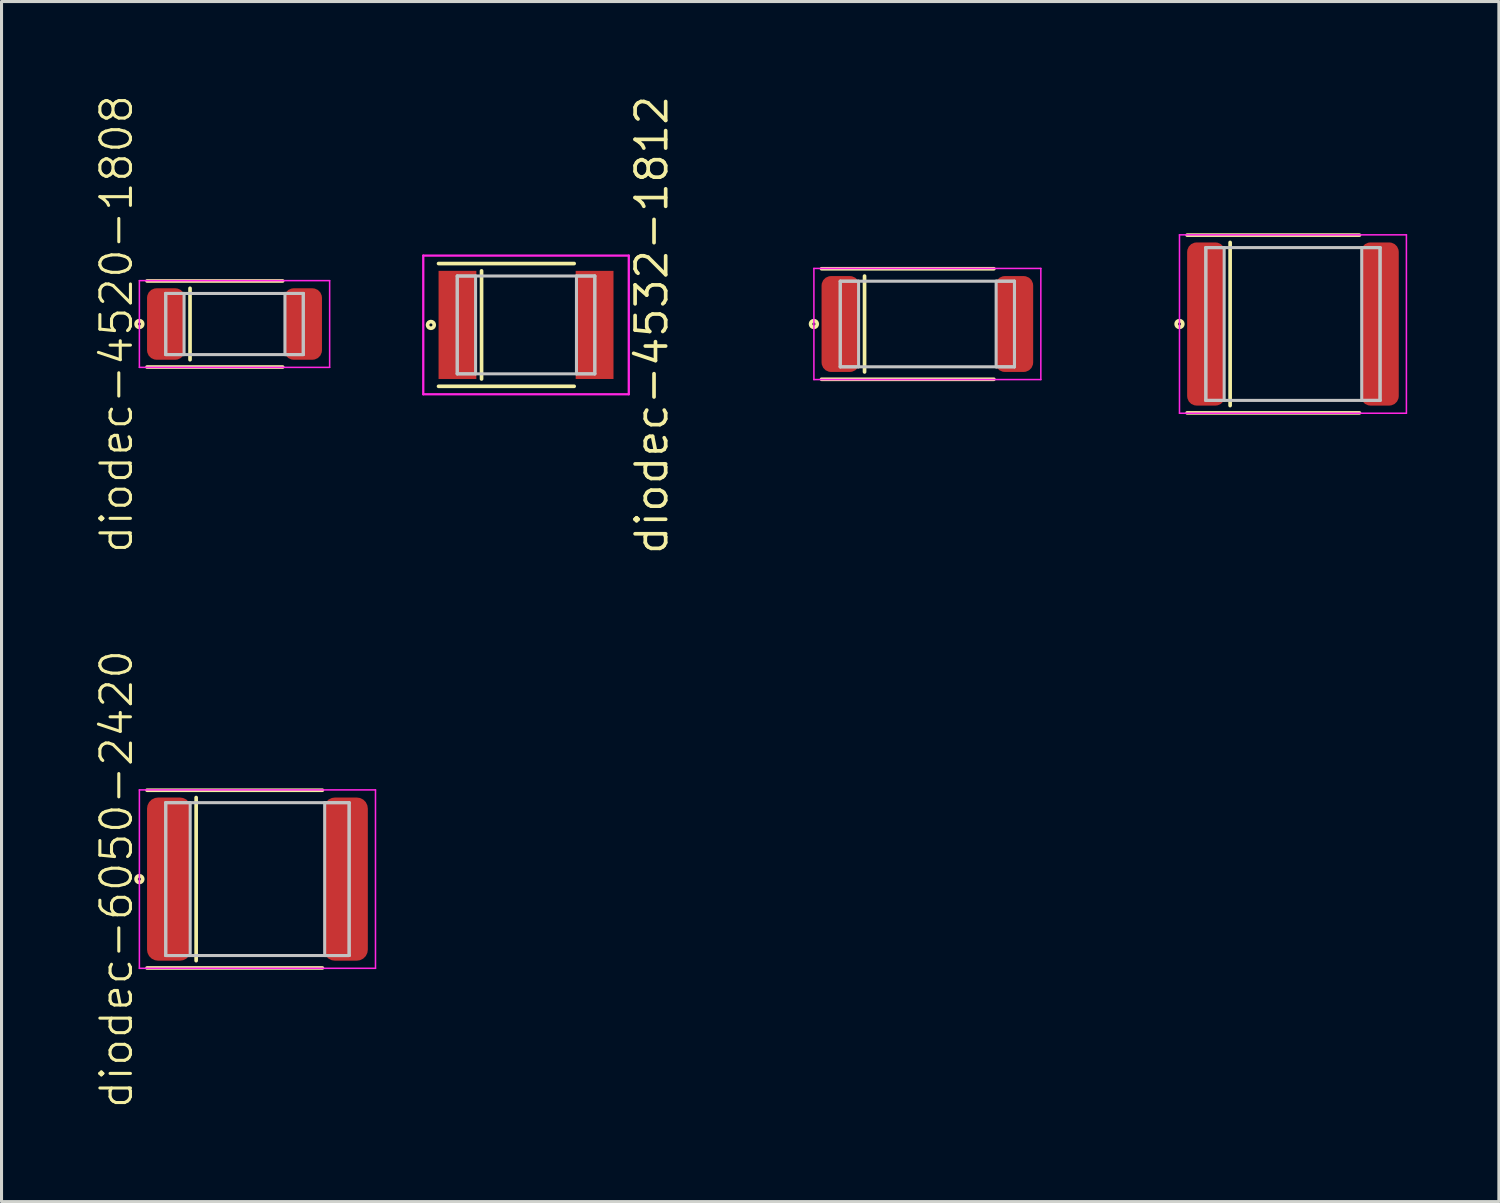
<source format=kicad_pcb>
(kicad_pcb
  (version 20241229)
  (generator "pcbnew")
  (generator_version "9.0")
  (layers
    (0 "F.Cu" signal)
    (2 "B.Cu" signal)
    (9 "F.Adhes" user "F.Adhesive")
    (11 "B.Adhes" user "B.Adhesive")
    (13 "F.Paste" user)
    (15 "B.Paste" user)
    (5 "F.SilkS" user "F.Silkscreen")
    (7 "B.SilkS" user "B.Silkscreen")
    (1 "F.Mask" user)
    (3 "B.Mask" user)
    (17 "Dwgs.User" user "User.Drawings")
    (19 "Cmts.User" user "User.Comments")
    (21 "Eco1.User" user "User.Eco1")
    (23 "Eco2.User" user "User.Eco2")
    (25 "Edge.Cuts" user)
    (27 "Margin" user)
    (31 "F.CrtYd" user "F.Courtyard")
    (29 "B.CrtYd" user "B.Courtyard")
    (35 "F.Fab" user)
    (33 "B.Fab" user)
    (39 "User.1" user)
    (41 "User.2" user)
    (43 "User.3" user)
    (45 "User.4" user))
  (footprint "diodec-4520-1808"
    (layer "F.Cu")
    (at 4.622 7.55)
    (property "Reference" "diodec-4520-1808" (at -3.862 0 90) (layer "F.SilkS") (effects (font (size 1 1) (thickness 0.1))))
    (attr through_hole)
    (fp_line (start -2.862 -1.408) (end 1.575 -1.408) (stroke (width 0.12) (type solid)) (layer "F.SilkS"))
    (fp_line (start -2.862 1.408) (end 1.575 1.408) (stroke (width 0.12) (type solid)) (layer "F.SilkS"))
    (fp_line (start -1.455 -1.168) (end -1.455 1.168) (stroke (width 0.12) (type solid)) (layer "F.SilkS"))
    (fp_circle (center -3.112 0) (end -3.062 0) (stroke (width 0.12) (type solid)) (fill no) (layer "F.SilkS"))
    (fp_line (start -2.25 -1) (end -2.25 1) (stroke (width 0.1) (type solid)) (layer "Dwgs.User"))
    (fp_line (start -2.25 -1) (end -2.25 1) (stroke (width 0.1) (type solid)) (layer "Dwgs.User"))
    (fp_line (start -2.25 1) (end -1.65 1) (stroke (width 0.1) (type solid)) (layer "Dwgs.User"))
    (fp_line (start -2.25 1) (end 2.25 1) (stroke (width 0.1) (type solid)) (layer "Dwgs.User"))
    (fp_line (start -1.65 -1) (end -2.25 -1) (stroke (width 0.1) (type solid)) (layer "Dwgs.User"))
    (fp_line (start -1.65 1) (end -1.65 -1) (stroke (width 0.1) (type solid)) (layer "Dwgs.User"))
    (fp_line (start 1.65 -1) (end 1.65 1) (stroke (width 0.1) (type solid)) (layer "Dwgs.User"))
    (fp_line (start 1.65 1) (end 2.25 1) (stroke (width 0.1) (type solid)) (layer "Dwgs.User"))
    (fp_line (start 2.25 -1) (end -2.25 -1) (stroke (width 0.1) (type solid)) (layer "Dwgs.User"))
    (fp_line (start 2.25 -1) (end 1.65 -1) (stroke (width 0.1) (type solid)) (layer "Dwgs.User"))
    (fp_line (start 2.25 1) (end 2.25 -1) (stroke (width 0.1) (type solid)) (layer "Dwgs.User"))
    (fp_line (start 2.25 1) (end 2.25 -1) (stroke (width 0.1) (type solid)) (layer "Dwgs.User"))
    (fp_line (start -3.112 -1.418) (end -3.112 1.418) (stroke (width 0.05) (type solid)) (layer "F.CrtYd"))
    (fp_line (start -3.112 1.418) (end 3.112 1.418) (stroke (width 0.05) (type solid)) (layer "F.CrtYd"))
    (fp_line (start 3.112 -1.418) (end -3.112 -1.418) (stroke (width 0.05) (type solid)) (layer "F.CrtYd"))
    (fp_line (start 3.112 1.418) (end 3.112 -1.418) (stroke (width 0.05) (type solid)) (layer "F.CrtYd"))
    (pad "1" smd roundrect (at -2.243 0) (size 1.237 2.337) (layers "F.Cu" "F.Mask" "F.Paste") (roundrect_rratio 0.25))
    (pad "2" smd roundrect (at 2.243 0) (size 1.237 2.337) (layers "F.Cu" "F.Mask" "F.Paste") (roundrect_rratio 0.25)))
  (footprint "diodec-4532-1812"
    (layer "F.Cu")
    (at 14.159 7.58)
    (property "Reference" "diodec-4532-1812" (at 4.112 0 90) (layer "F.SilkS") (effects (font (size 1 1) (thickness 0.12))))
    (attr through_hole)
    (fp_line (start -2.862 -2.008) (end 1.575 -2.008) (stroke (width 0.12) (type solid)) (layer "F.SilkS"))
    (fp_line (start -2.862 2.008) (end 1.575 2.008) (stroke (width 0.12) (type solid)) (layer "F.SilkS"))
    (fp_line (start -1.455 -1.768) (end -1.455 1.768) (stroke (width 0.12) (type solid)) (layer "F.SilkS"))
    (fp_circle (center -3.112 0) (end -3.062 0) (stroke (width 0.12) (type solid)) (fill no) (layer "F.SilkS"))
    (fp_line (start -2.25 -1.6) (end -2.25 1.6) (stroke (width 0.1) (type solid)) (layer "Dwgs.User"))
    (fp_line (start -2.25 -1.6) (end -2.25 1.6) (stroke (width 0.1) (type solid)) (layer "Dwgs.User"))
    (fp_line (start -2.25 1.6) (end -1.65 1.6) (stroke (width 0.1) (type solid)) (layer "Dwgs.User"))
    (fp_line (start -2.25 1.6) (end 2.25 1.6) (stroke (width 0.1) (type solid)) (layer "Dwgs.User"))
    (fp_line (start -1.65 -1.6) (end -2.25 -1.6) (stroke (width 0.1) (type solid)) (layer "Dwgs.User"))
    (fp_line (start -1.65 1.6) (end -1.65 -1.6) (stroke (width 0.1) (type solid)) (layer "Dwgs.User"))
    (fp_line (start 1.65 -1.6) (end 1.65 1.6) (stroke (width 0.1) (type solid)) (layer "Dwgs.User"))
    (fp_line (start 1.65 1.6) (end 2.25 1.6) (stroke (width 0.1) (type solid)) (layer "Dwgs.User"))
    (fp_line (start 2.25 -1.6) (end -2.25 -1.6) (stroke (width 0.1) (type solid)) (layer "Dwgs.User"))
    (fp_line (start 2.25 -1.6) (end 1.65 -1.6) (stroke (width 0.1) (type solid)) (layer "Dwgs.User"))
    (fp_line (start 2.25 1.6) (end 2.25 -1.6) (stroke (width 0.1) (type solid)) (layer "Dwgs.User"))
    (fp_line (start 2.25 1.6) (end 2.25 -1.6) (stroke (width 0.1) (type solid)) (layer "Dwgs.User"))
    (fp_line (start -3.362 -2.268) (end -3.362 2.268) (stroke (width 0.075) (type solid)) (layer "F.CrtYd"))
    (fp_line (start -3.362 2.268) (end 3.362 2.268) (stroke (width 0.075) (type solid)) (layer "F.CrtYd"))
    (fp_line (start 3.362 -2.268) (end -3.362 -2.268) (stroke (width 0.075) (type solid)) (layer "F.CrtYd"))
    (fp_line (start 3.362 2.268) (end 3.362 -2.268) (stroke (width 0.075) (type solid)) (layer "F.CrtYd"))
    (pad "1" smd rect (at -2.243 0) (size 1.237 3.537) (layers "F.Cu" "F.Mask" "F.Paste"))
    (pad "2" smd rect (at 2.243 0) (size 1.237 3.537) (layers "F.Cu" "F.Mask" "F.Paste")))
  (footprint "diodec-6050-2420"
    (layer "F.Cu")
    (at 5.372 25.71)
    (property "Reference" "diodec-6050-2420" (at -4.612 0 90) (layer "F.SilkS") (effects (font (size 1 1) (thickness 0.1))))
    (attr through_hole)
    (fp_line (start -3.612 -2.908) (end 2.125 -2.908) (stroke (width 0.12) (type solid)) (layer "F.SilkS"))
    (fp_line (start -3.612 2.908) (end 2.125 2.908) (stroke (width 0.12) (type solid)) (layer "F.SilkS"))
    (fp_line (start -2.005 -2.668) (end -2.005 2.668) (stroke (width 0.12) (type solid)) (layer "F.SilkS"))
    (fp_circle (center -3.862 0) (end -3.812 0) (stroke (width 0.12) (type solid)) (fill no) (layer "F.SilkS"))
    (fp_line (start -3 -2.5) (end -3 2.5) (stroke (width 0.1) (type solid)) (layer "Dwgs.User"))
    (fp_line (start -3 -2.5) (end -3 2.5) (stroke (width 0.1) (type solid)) (layer "Dwgs.User"))
    (fp_line (start -3 2.5) (end -2.2 2.5) (stroke (width 0.1) (type solid)) (layer "Dwgs.User"))
    (fp_line (start -3 2.5) (end 3 2.5) (stroke (width 0.1) (type solid)) (layer "Dwgs.User"))
    (fp_line (start -2.2 -2.5) (end -3 -2.5) (stroke (width 0.1) (type solid)) (layer "Dwgs.User"))
    (fp_line (start -2.2 2.5) (end -2.2 -2.5) (stroke (width 0.1) (type solid)) (layer "Dwgs.User"))
    (fp_line (start 2.2 -2.5) (end 2.2 2.5) (stroke (width 0.1) (type solid)) (layer "Dwgs.User"))
    (fp_line (start 2.2 2.5) (end 3 2.5) (stroke (width 0.1) (type solid)) (layer "Dwgs.User"))
    (fp_line (start 3 -2.5) (end -3 -2.5) (stroke (width 0.1) (type solid)) (layer "Dwgs.User"))
    (fp_line (start 3 -2.5) (end 2.2 -2.5) (stroke (width 0.1) (type solid)) (layer "Dwgs.User"))
    (fp_line (start 3 2.5) (end 3 -2.5) (stroke (width 0.1) (type solid)) (layer "Dwgs.User"))
    (fp_line (start 3 2.5) (end 3 -2.5) (stroke (width 0.1) (type solid)) (layer "Dwgs.User"))
    (fp_line (start -3.862 -2.918) (end -3.862 2.918) (stroke (width 0.05) (type solid)) (layer "F.CrtYd"))
    (fp_line (start -3.862 2.918) (end 3.862 2.918) (stroke (width 0.05) (type solid)) (layer "F.CrtYd"))
    (fp_line (start 3.862 -2.918) (end -3.862 -2.918) (stroke (width 0.05) (type solid)) (layer "F.CrtYd"))
    (fp_line (start 3.862 2.918) (end 3.862 -2.918) (stroke (width 0.05) (type solid)) (layer "F.CrtYd"))
    (pad "1" smd roundrect (at -2.893 0) (size 1.437 5.337) (layers "F.Cu" "F.Mask" "F.Paste") (roundrect_rratio 0.25))
    (pad "2" smd roundrect (at 2.893 0) (size 1.437 5.337) (layers "F.Cu" "F.Mask" "F.Paste") (roundrect_rratio 0.25)))
  (footprint "diodec-5728-2211"
    (layer "F.Cu")
    (at 27.289 7.55)
    (property "Reference" "diodec-5728-2211" (at -4.462 0 90) (layer "User.1") (effects (font (size 1 1) (thickness 0.1))))
    (attr through_hole)
    (fp_line (start -3.462 -1.808) (end 2.175 -1.808) (stroke (width 0.12) (type solid)) (layer "F.SilkS"))
    (fp_line (start -3.462 1.808) (end 2.175 1.808) (stroke (width 0.12) (type solid)) (layer "F.SilkS"))
    (fp_line (start -2.055 -1.568) (end -2.055 1.568) (stroke (width 0.12) (type solid)) (layer "F.SilkS"))
    (fp_circle (center -3.712 0) (end -3.662 0) (stroke (width 0.12) (type solid)) (fill no) (layer "F.SilkS"))
    (fp_line (start -2.85 -1.4) (end -2.85 1.4) (stroke (width 0.1) (type solid)) (layer "Dwgs.User"))
    (fp_line (start -2.85 -1.4) (end -2.85 1.4) (stroke (width 0.1) (type solid)) (layer "Dwgs.User"))
    (fp_line (start -2.85 1.4) (end -2.25 1.4) (stroke (width 0.1) (type solid)) (layer "Dwgs.User"))
    (fp_line (start -2.85 1.4) (end 2.85 1.4) (stroke (width 0.1) (type solid)) (layer "Dwgs.User"))
    (fp_line (start -2.25 -1.4) (end -2.85 -1.4) (stroke (width 0.1) (type solid)) (layer "Dwgs.User"))
    (fp_line (start -2.25 1.4) (end -2.25 -1.4) (stroke (width 0.1) (type solid)) (layer "Dwgs.User"))
    (fp_line (start 2.25 -1.4) (end 2.25 1.4) (stroke (width 0.1) (type solid)) (layer "Dwgs.User"))
    (fp_line (start 2.25 1.4) (end 2.85 1.4) (stroke (width 0.1) (type solid)) (layer "Dwgs.User"))
    (fp_line (start 2.85 -1.4) (end -2.85 -1.4) (stroke (width 0.1) (type solid)) (layer "Dwgs.User"))
    (fp_line (start 2.85 -1.4) (end 2.25 -1.4) (stroke (width 0.1) (type solid)) (layer "Dwgs.User"))
    (fp_line (start 2.85 1.4) (end 2.85 -1.4) (stroke (width 0.1) (type solid)) (layer "Dwgs.User"))
    (fp_line (start 2.85 1.4) (end 2.85 -1.4) (stroke (width 0.1) (type solid)) (layer "Dwgs.User"))
    (fp_line (start -3.712 -1.818) (end -3.712 1.818) (stroke (width 0.05) (type solid)) (layer "F.CrtYd"))
    (fp_line (start -3.712 1.818) (end 3.712 1.818) (stroke (width 0.05) (type solid)) (layer "F.CrtYd"))
    (fp_line (start 3.712 -1.818) (end -3.712 -1.818) (stroke (width 0.05) (type solid)) (layer "F.CrtYd"))
    (fp_line (start 3.712 1.818) (end 3.712 -1.818) (stroke (width 0.05) (type solid)) (layer "F.CrtYd"))
    (pad "1" smd roundrect (at -2.843 0) (size 1.237 3.137) (layers "F.Cu" "F.Mask" "F.Paste") (roundrect_rratio 0.25))
    (pad "2" smd roundrect (at 2.843 0) (size 1.237 3.137) (layers "F.Cu" "F.Mask" "F.Paste") (roundrect_rratio 0.25)))
  (footprint "diodec-5750-2220"
    (layer "F.Cu")
    (at 39.249 7.55)
    (property "Reference" "diodec-5750-2220" (at -4.462 0 90) (layer "User.1") (effects (font (size 1 1) (thickness 0.1))))
    (attr through_hole)
    (fp_line (start -3.462 -2.908) (end 2.175 -2.908) (stroke (width 0.12) (type solid)) (layer "F.SilkS"))
    (fp_line (start -3.462 2.908) (end 2.175 2.908) (stroke (width 0.12) (type solid)) (layer "F.SilkS"))
    (fp_line (start -2.055 -2.668) (end -2.055 2.668) (stroke (width 0.12) (type solid)) (layer "F.SilkS"))
    (fp_circle (center -3.712 0) (end -3.662 0) (stroke (width 0.12) (type solid)) (fill no) (layer "F.SilkS"))
    (fp_line (start -2.85 -2.5) (end -2.85 2.5) (stroke (width 0.1) (type solid)) (layer "Dwgs.User"))
    (fp_line (start -2.85 -2.5) (end -2.85 2.5) (stroke (width 0.1) (type solid)) (layer "Dwgs.User"))
    (fp_line (start -2.85 2.5) (end -2.25 2.5) (stroke (width 0.1) (type solid)) (layer "Dwgs.User"))
    (fp_line (start -2.85 2.5) (end 2.85 2.5) (stroke (width 0.1) (type solid)) (layer "Dwgs.User"))
    (fp_line (start -2.25 -2.5) (end -2.85 -2.5) (stroke (width 0.1) (type solid)) (layer "Dwgs.User"))
    (fp_line (start -2.25 2.5) (end -2.25 -2.5) (stroke (width 0.1) (type solid)) (layer "Dwgs.User"))
    (fp_line (start 2.25 -2.5) (end 2.25 2.5) (stroke (width 0.1) (type solid)) (layer "Dwgs.User"))
    (fp_line (start 2.25 2.5) (end 2.85 2.5) (stroke (width 0.1) (type solid)) (layer "Dwgs.User"))
    (fp_line (start 2.85 -2.5) (end -2.85 -2.5) (stroke (width 0.1) (type solid)) (layer "Dwgs.User"))
    (fp_line (start 2.85 -2.5) (end 2.25 -2.5) (stroke (width 0.1) (type solid)) (layer "Dwgs.User"))
    (fp_line (start 2.85 2.5) (end 2.85 -2.5) (stroke (width 0.1) (type solid)) (layer "Dwgs.User"))
    (fp_line (start 2.85 2.5) (end 2.85 -2.5) (stroke (width 0.1) (type solid)) (layer "Dwgs.User"))
    (fp_line (start -3.712 -2.918) (end -3.712 2.918) (stroke (width 0.05) (type solid)) (layer "F.CrtYd"))
    (fp_line (start -3.712 2.918) (end 3.712 2.918) (stroke (width 0.05) (type solid)) (layer "F.CrtYd"))
    (fp_line (start 3.712 -2.918) (end -3.712 -2.918) (stroke (width 0.05) (type solid)) (layer "F.CrtYd"))
    (fp_line (start 3.712 2.918) (end 3.712 -2.918) (stroke (width 0.05) (type solid)) (layer "F.CrtYd"))
    (pad "1" smd roundrect (at -2.843 0) (size 1.237 5.337) (layers "F.Cu" "F.Mask" "F.Paste") (roundrect_rratio 0.25))
    (pad "2" smd roundrect (at 2.843 0) (size 1.237 5.337) (layers "F.Cu" "F.Mask" "F.Paste") (roundrect_rratio 0.25)))
  (gr_rect
    (start -3 -3)
    (end 45.986 36.26)
    (stroke (width 0.1) (type default))
    (fill no)
    (layer "Edge.Cuts")))
</source>
